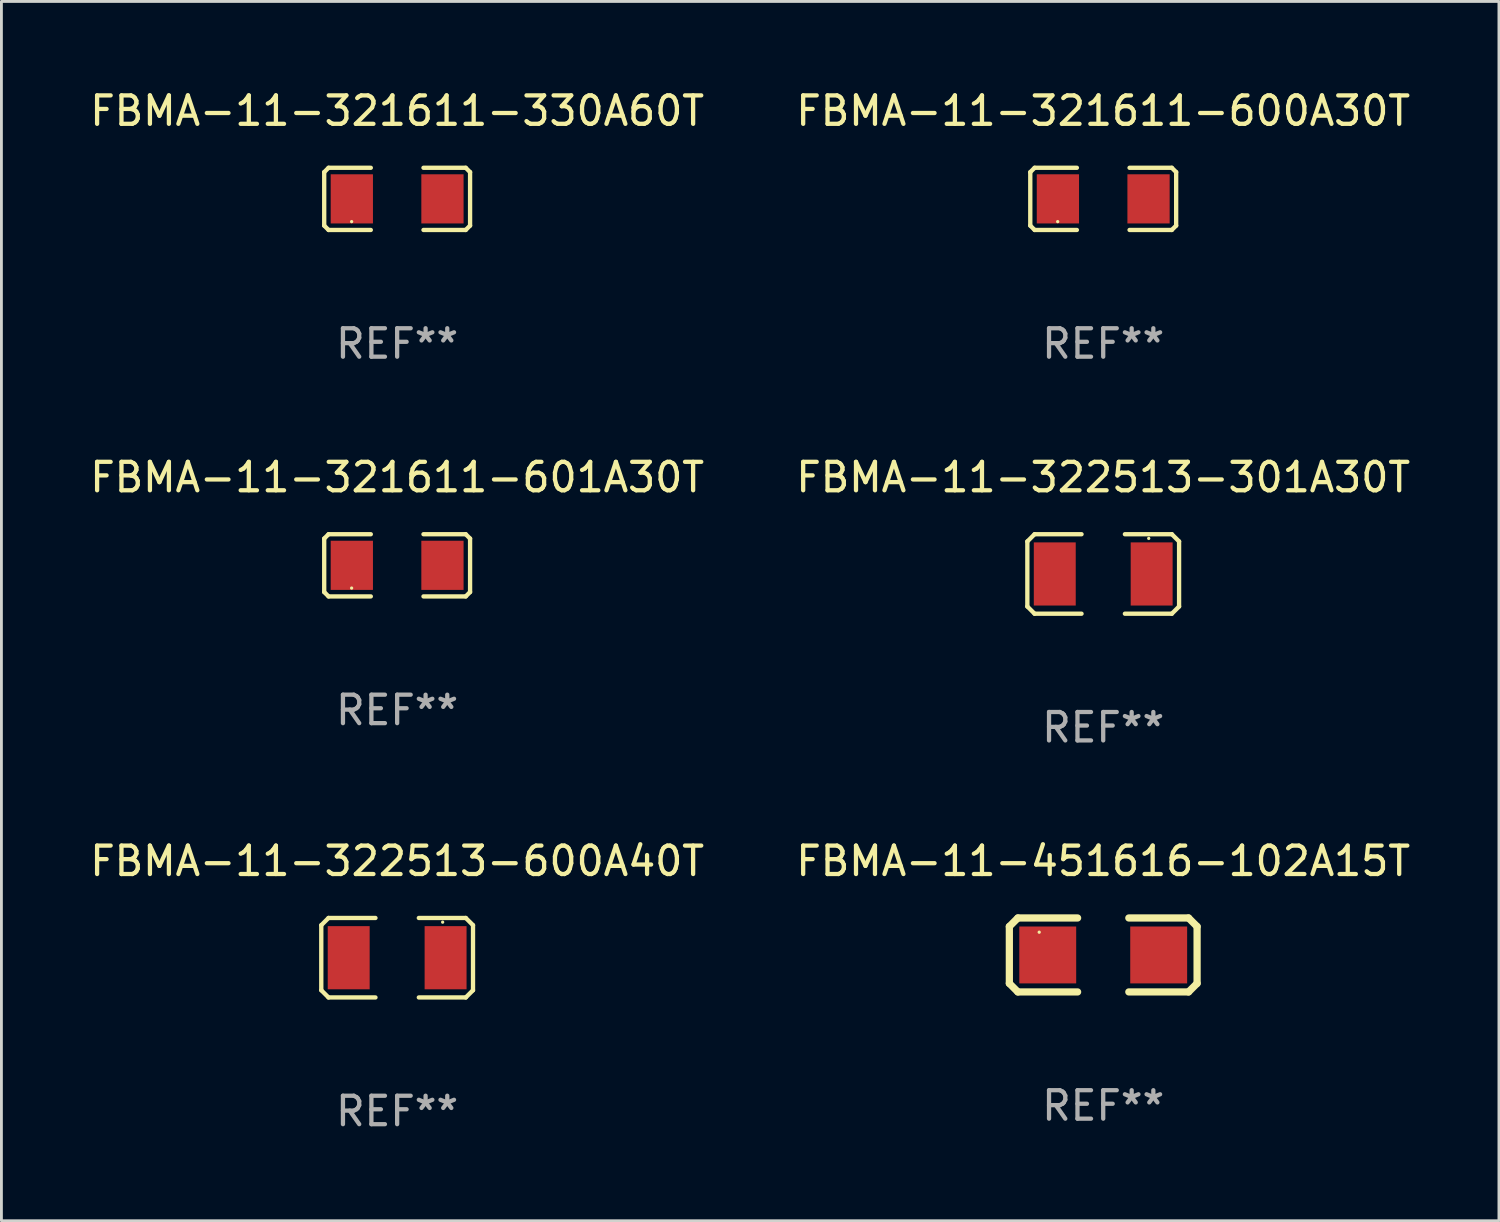
<source format=kicad_pcb>
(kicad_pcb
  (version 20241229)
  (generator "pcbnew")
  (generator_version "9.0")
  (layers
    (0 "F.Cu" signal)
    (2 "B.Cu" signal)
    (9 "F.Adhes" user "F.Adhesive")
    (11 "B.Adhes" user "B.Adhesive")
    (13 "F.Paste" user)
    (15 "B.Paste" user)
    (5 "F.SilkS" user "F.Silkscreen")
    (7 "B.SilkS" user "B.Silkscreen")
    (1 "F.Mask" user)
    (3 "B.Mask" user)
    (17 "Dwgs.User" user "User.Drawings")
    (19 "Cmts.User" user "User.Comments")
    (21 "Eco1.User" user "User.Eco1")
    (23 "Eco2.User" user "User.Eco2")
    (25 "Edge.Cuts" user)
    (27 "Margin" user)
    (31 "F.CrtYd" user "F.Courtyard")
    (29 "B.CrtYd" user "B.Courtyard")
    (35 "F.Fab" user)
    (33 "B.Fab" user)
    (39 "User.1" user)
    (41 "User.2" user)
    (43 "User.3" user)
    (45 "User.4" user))
  (footprint "FBMA-11-321611-601A30T"
    (layer "F.Cu")
    (at 10.911 16.823)
    (property "Reference" "FBMA-11-321611-601A30T" (at 0 -3.093 0) (layer "F.SilkS") (effects (font (size 1 1) (thickness 0.15))))
    (attr through_hole)
    (fp_line (start -2.564 -0.94) (end -2.411 -1.093) (stroke (width 0.152) (type solid)) (layer "F.SilkS"))
    (fp_line (start -2.564 0.94) (end -2.564 -0.94) (stroke (width 0.152) (type solid)) (layer "F.SilkS"))
    (fp_line (start -2.411 -1.093) (end -0.926 -1.093) (stroke (width 0.152) (type solid)) (layer "F.SilkS"))
    (fp_line (start -2.411 1.093) (end -2.564 0.94) (stroke (width 0.152) (type solid)) (layer "F.SilkS"))
    (fp_line (start -0.926 1.093) (end -2.411 1.093) (stroke (width 0.152) (type solid)) (layer "F.SilkS"))
    (fp_line (start 0.926 1.093) (end 2.411 1.093) (stroke (width 0.152) (type solid)) (layer "F.SilkS"))
    (fp_line (start 2.411 -1.093) (end 0.926 -1.093) (stroke (width 0.152) (type solid)) (layer "F.SilkS"))
    (fp_line (start 2.411 1.093) (end 2.564 0.94) (stroke (width 0.152) (type solid)) (layer "F.SilkS"))
    (fp_line (start 2.564 -0.94) (end 2.411 -1.093) (stroke (width 0.152) (type solid)) (layer "F.SilkS"))
    (fp_line (start 2.564 0.94) (end 2.564 -0.94) (stroke (width 0.152) (type solid)) (layer "F.SilkS"))
    (fp_circle (center -1.6 0.8) (end -1.57 0.8) (stroke (width 0.06) (type solid)) (fill no) (layer "F.SilkS"))
    (fp_text user "REF**" (at 0 5.093 0) (layer "F.Fab") (effects (font (size 1 1) (thickness 0.15))))
    (pad "1" smd rect (at -1.593 0) (size 1.485 1.728) (layers "F.Cu" "F.Mask" "F.Paste"))
    (pad "2" smd rect (at 1.593 0) (size 1.485 1.728) (layers "F.Cu" "F.Mask" "F.Paste")))
  (footprint "FBMA-11-451616-102A15T"
    (layer "F.Cu")
    (at 35.732 30.52)
    (property "Reference" "FBMA-11-451616-102A15T" (at 0 -3.3 0) (layer "F.SilkS") (effects (font (size 1 1) (thickness 0.15))))
    (attr through_hole)
    (fp_line (start -3.3 -1) (end -3.3 1) (stroke (width 0.254) (type solid)) (layer "F.SilkS"))
    (fp_line (start -3.3 -1) (end -3 -1.3) (stroke (width 0.254) (type solid)) (layer "F.SilkS"))
    (fp_line (start -3 -1.3) (end -0.9 -1.3) (stroke (width 0.254) (type solid)) (layer "F.SilkS"))
    (fp_line (start -3 1.3) (end -3.3 1) (stroke (width 0.254) (type solid)) (layer "F.SilkS"))
    (fp_line (start -3 1.3) (end -0.9 1.3) (stroke (width 0.254) (type solid)) (layer "F.SilkS"))
    (fp_line (start 0.9 -1.3) (end 3 -1.3) (stroke (width 0.254) (type solid)) (layer "F.SilkS"))
    (fp_line (start 0.9 1.3) (end 3 1.3) (stroke (width 0.254) (type solid)) (layer "F.SilkS"))
    (fp_line (start 3 -1.3) (end 3.3 -1) (stroke (width 0.254) (type solid)) (layer "F.SilkS"))
    (fp_line (start 3 1.3) (end 3.3 1) (stroke (width 0.254) (type solid)) (layer "F.SilkS"))
    (fp_line (start 3.3 -1) (end 3.3 1) (stroke (width 0.254) (type solid)) (layer "F.SilkS"))
    (fp_circle (center -2.25 -0.8) (end -2.22 -0.8) (stroke (width 0.06) (type solid)) (fill no) (layer "F.SilkS"))
    (fp_text user "REF**" (at 0 5.3 0) (layer "F.Fab") (effects (font (size 1 1) (thickness 0.15))))
    (pad "1" smd rect (at -1.95 0) (size 2 2) (layers "F.Cu" "F.Mask" "F.Paste"))
    (pad "2" smd rect (at 1.95 0) (size 2 2) (layers "F.Cu" "F.Mask" "F.Paste")))
  (footprint "FBMA-11-321611-330A60T"
    (layer "F.Cu")
    (at 10.911 3.941)
    (property "Reference" "FBMA-11-321611-330A60T" (at 0 -3.093 0) (layer "F.SilkS") (effects (font (size 1 1) (thickness 0.15))))
    (attr through_hole)
    (fp_line (start -2.564 -0.94) (end -2.411 -1.093) (stroke (width 0.152) (type solid)) (layer "F.SilkS"))
    (fp_line (start -2.564 0.94) (end -2.564 -0.94) (stroke (width 0.152) (type solid)) (layer "F.SilkS"))
    (fp_line (start -2.411 -1.093) (end -0.926 -1.093) (stroke (width 0.152) (type solid)) (layer "F.SilkS"))
    (fp_line (start -2.411 1.093) (end -2.564 0.94) (stroke (width 0.152) (type solid)) (layer "F.SilkS"))
    (fp_line (start -0.926 1.093) (end -2.411 1.093) (stroke (width 0.152) (type solid)) (layer "F.SilkS"))
    (fp_line (start 0.926 1.093) (end 2.411 1.093) (stroke (width 0.152) (type solid)) (layer "F.SilkS"))
    (fp_line (start 2.411 -1.093) (end 0.926 -1.093) (stroke (width 0.152) (type solid)) (layer "F.SilkS"))
    (fp_line (start 2.411 1.093) (end 2.564 0.94) (stroke (width 0.152) (type solid)) (layer "F.SilkS"))
    (fp_line (start 2.564 -0.94) (end 2.411 -1.093) (stroke (width 0.152) (type solid)) (layer "F.SilkS"))
    (fp_line (start 2.564 0.94) (end 2.564 -0.94) (stroke (width 0.152) (type solid)) (layer "F.SilkS"))
    (fp_circle (center -1.6 0.8) (end -1.57 0.8) (stroke (width 0.06) (type solid)) (fill no) (layer "F.SilkS"))
    (fp_text user "REF**" (at 0 5.093 0) (layer "F.Fab") (effects (font (size 1 1) (thickness 0.15))))
    (pad "1" smd rect (at -1.593 0) (size 1.485 1.728) (layers "F.Cu" "F.Mask" "F.Paste"))
    (pad "2" smd rect (at 1.593 0) (size 1.485 1.728) (layers "F.Cu" "F.Mask" "F.Paste")))
  (footprint "FBMA-11-322513-301A30T"
    (layer "F.Cu")
    (at 35.732 17.127)
    (property "Reference" "FBMA-11-322513-301A30T" (at 0 -3.397 0) (layer "F.SilkS") (effects (font (size 1 1) (thickness 0.15))))
    (attr through_hole)
    (fp_line (start -2.667 -1.143) (end -2.413 -1.397) (stroke (width 0.152) (type solid)) (layer "F.SilkS"))
    (fp_line (start -2.667 1.143) (end -2.667 -1.143) (stroke (width 0.152) (type solid)) (layer "F.SilkS"))
    (fp_line (start -2.413 -1.397) (end -0.762 -1.397) (stroke (width 0.152) (type solid)) (layer "F.SilkS"))
    (fp_line (start -2.413 1.397) (end -2.667 1.143) (stroke (width 0.152) (type solid)) (layer "F.SilkS"))
    (fp_line (start -0.762 1.397) (end -2.413 1.397) (stroke (width 0.152) (type solid)) (layer "F.SilkS"))
    (fp_line (start 0.762 -1.397) (end 2.413 -1.397) (stroke (width 0.152) (type solid)) (layer "F.SilkS"))
    (fp_line (start 2.413 -1.397) (end 2.667 -1.143) (stroke (width 0.152) (type solid)) (layer "F.SilkS"))
    (fp_line (start 2.413 1.397) (end 0.762 1.397) (stroke (width 0.152) (type solid)) (layer "F.SilkS"))
    (fp_line (start 2.667 -1.143) (end 2.667 1.143) (stroke (width 0.152) (type solid)) (layer "F.SilkS"))
    (fp_line (start 2.667 1.143) (end 2.413 1.397) (stroke (width 0.152) (type solid)) (layer "F.SilkS"))
    (fp_circle (center 1.6 -1.25) (end 1.63 -1.25) (stroke (width 0.06) (type solid)) (fill no) (layer "F.SilkS"))
    (fp_text user "REF**" (at 0 5.397 0) (layer "F.Fab") (effects (font (size 1 1) (thickness 0.15))))
    (pad "1" smd rect (at 1.703 0) (size 1.474 2.22) (layers "F.Cu" "F.Mask" "F.Paste"))
    (pad "2" smd rect (at -1.703 0) (size 1.474 2.22) (layers "F.Cu" "F.Mask" "F.Paste")))
  (footprint "FBMA-11-321611-600A30T"
    (layer "F.Cu")
    (at 35.732 3.941)
    (property "Reference" "FBMA-11-321611-600A30T" (at 0 -3.093 0) (layer "F.SilkS") (effects (font (size 1 1) (thickness 0.15))))
    (attr through_hole)
    (fp_line (start -2.564 -0.94) (end -2.411 -1.093) (stroke (width 0.152) (type solid)) (layer "F.SilkS"))
    (fp_line (start -2.564 0.94) (end -2.564 -0.94) (stroke (width 0.152) (type solid)) (layer "F.SilkS"))
    (fp_line (start -2.411 -1.093) (end -0.926 -1.093) (stroke (width 0.152) (type solid)) (layer "F.SilkS"))
    (fp_line (start -2.411 1.093) (end -2.564 0.94) (stroke (width 0.152) (type solid)) (layer "F.SilkS"))
    (fp_line (start -0.926 1.093) (end -2.411 1.093) (stroke (width 0.152) (type solid)) (layer "F.SilkS"))
    (fp_line (start 0.926 1.093) (end 2.411 1.093) (stroke (width 0.152) (type solid)) (layer "F.SilkS"))
    (fp_line (start 2.411 -1.093) (end 0.926 -1.093) (stroke (width 0.152) (type solid)) (layer "F.SilkS"))
    (fp_line (start 2.411 1.093) (end 2.564 0.94) (stroke (width 0.152) (type solid)) (layer "F.SilkS"))
    (fp_line (start 2.564 -0.94) (end 2.411 -1.093) (stroke (width 0.152) (type solid)) (layer "F.SilkS"))
    (fp_line (start 2.564 0.94) (end 2.564 -0.94) (stroke (width 0.152) (type solid)) (layer "F.SilkS"))
    (fp_circle (center -1.6 0.8) (end -1.57 0.8) (stroke (width 0.06) (type solid)) (fill no) (layer "F.SilkS"))
    (fp_text user "REF**" (at 0 5.093 0) (layer "F.Fab") (effects (font (size 1 1) (thickness 0.15))))
    (pad "1" smd rect (at -1.593 0) (size 1.485 1.728) (layers "F.Cu" "F.Mask" "F.Paste"))
    (pad "2" smd rect (at 1.593 0) (size 1.485 1.728) (layers "F.Cu" "F.Mask" "F.Paste")))
  (footprint "FBMA-11-322513-600A40T"
    (layer "F.Cu")
    (at 10.911 30.617)
    (property "Reference" "FBMA-11-322513-600A40T" (at 0 -3.397 0) (layer "F.SilkS") (effects (font (size 1 1) (thickness 0.15))))
    (attr through_hole)
    (fp_line (start -2.667 -1.143) (end -2.413 -1.397) (stroke (width 0.152) (type solid)) (layer "F.SilkS"))
    (fp_line (start -2.667 1.143) (end -2.667 -1.143) (stroke (width 0.152) (type solid)) (layer "F.SilkS"))
    (fp_line (start -2.413 -1.397) (end -0.762 -1.397) (stroke (width 0.152) (type solid)) (layer "F.SilkS"))
    (fp_line (start -2.413 1.397) (end -2.667 1.143) (stroke (width 0.152) (type solid)) (layer "F.SilkS"))
    (fp_line (start -0.762 1.397) (end -2.413 1.397) (stroke (width 0.152) (type solid)) (layer "F.SilkS"))
    (fp_line (start 0.762 -1.397) (end 2.413 -1.397) (stroke (width 0.152) (type solid)) (layer "F.SilkS"))
    (fp_line (start 2.413 -1.397) (end 2.667 -1.143) (stroke (width 0.152) (type solid)) (layer "F.SilkS"))
    (fp_line (start 2.413 1.397) (end 0.762 1.397) (stroke (width 0.152) (type solid)) (layer "F.SilkS"))
    (fp_line (start 2.667 -1.143) (end 2.667 1.143) (stroke (width 0.152) (type solid)) (layer "F.SilkS"))
    (fp_line (start 2.667 1.143) (end 2.413 1.397) (stroke (width 0.152) (type solid)) (layer "F.SilkS"))
    (fp_circle (center 1.6 -1.25) (end 1.63 -1.25) (stroke (width 0.06) (type solid)) (fill no) (layer "F.SilkS"))
    (fp_text user "REF**" (at 0 5.397 0) (layer "F.Fab") (effects (font (size 1 1) (thickness 0.15))))
    (pad "1" smd rect (at 1.703 0) (size 1.474 2.22) (layers "F.Cu" "F.Mask" "F.Paste"))
    (pad "2" smd rect (at -1.703 0) (size 1.474 2.22) (layers "F.Cu" "F.Mask" "F.Paste")))
  (gr_rect
    (start -3 -3)
    (end 49.643 39.863)
    (stroke (width 0.1) (type default))
    (fill no)
    (layer "Edge.Cuts")))
</source>
